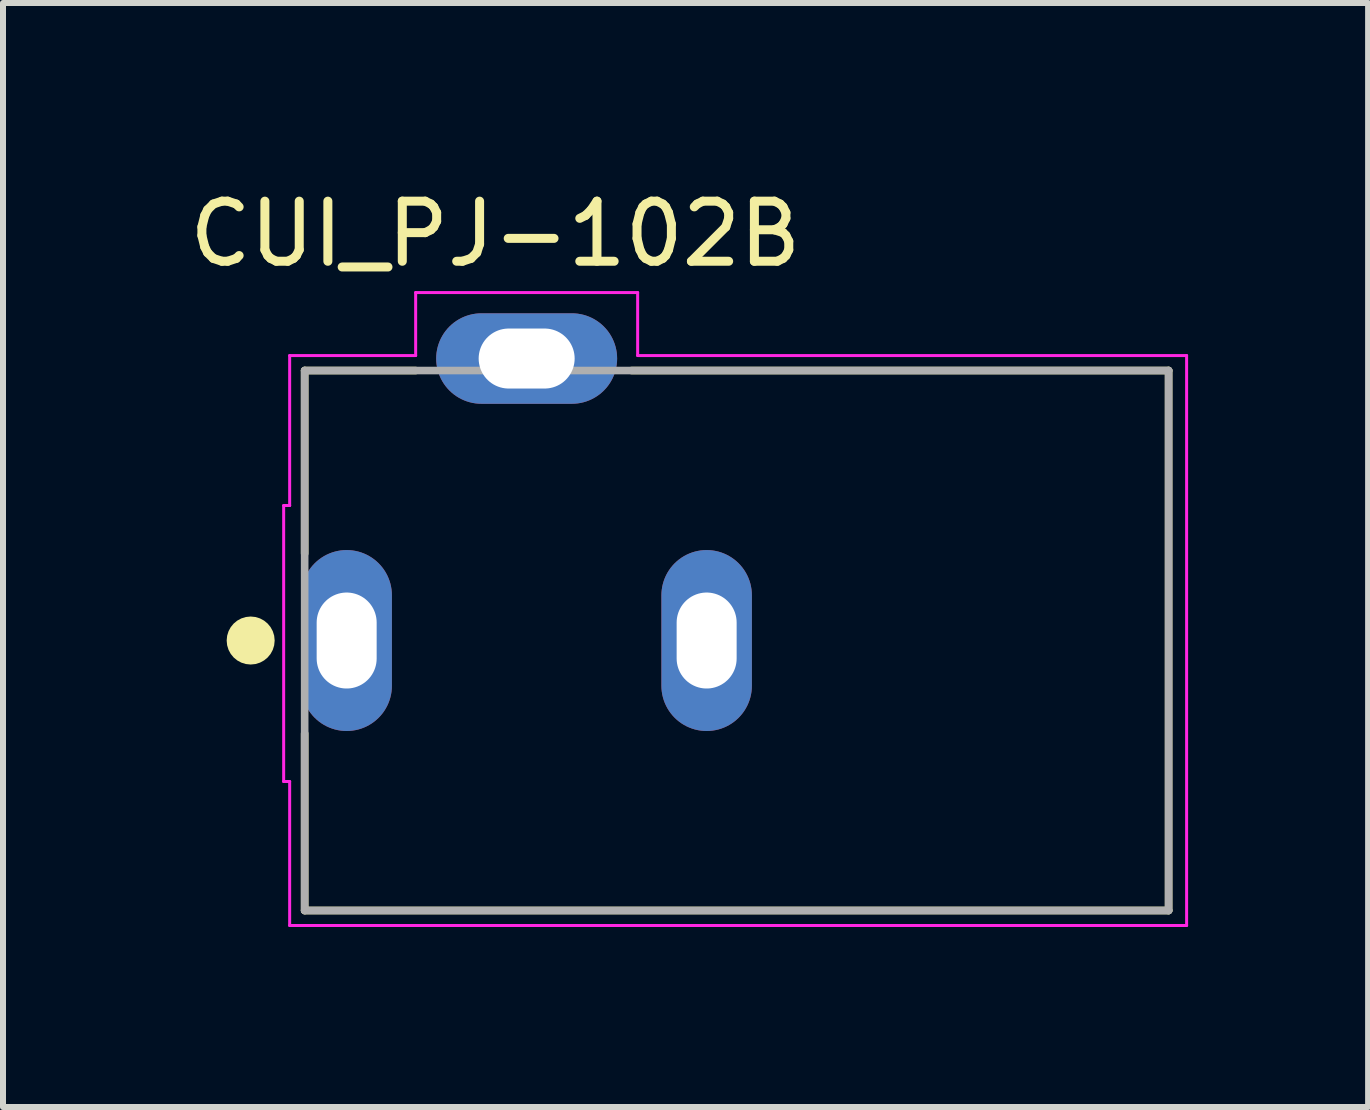
<source format=kicad_pcb>
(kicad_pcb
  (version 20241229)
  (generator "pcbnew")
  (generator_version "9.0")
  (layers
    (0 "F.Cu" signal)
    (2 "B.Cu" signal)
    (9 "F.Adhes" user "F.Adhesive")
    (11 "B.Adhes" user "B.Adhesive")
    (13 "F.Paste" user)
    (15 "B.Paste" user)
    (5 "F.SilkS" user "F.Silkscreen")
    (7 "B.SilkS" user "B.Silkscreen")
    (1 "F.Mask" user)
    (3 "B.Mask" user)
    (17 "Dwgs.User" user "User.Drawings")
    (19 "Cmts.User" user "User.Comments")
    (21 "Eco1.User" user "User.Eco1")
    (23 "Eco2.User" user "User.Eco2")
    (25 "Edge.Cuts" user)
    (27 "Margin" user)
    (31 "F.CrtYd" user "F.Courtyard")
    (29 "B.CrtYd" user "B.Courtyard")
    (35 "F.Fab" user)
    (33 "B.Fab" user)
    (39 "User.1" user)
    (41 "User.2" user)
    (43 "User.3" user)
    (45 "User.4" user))
  (footprint "CUI_PJ-102B"
    (layer "F.Cu")
    (at 9.228 7.626)
    (property "Reference" "CUI_PJ-102B" (at -4.022 -6.777 0) (layer "F.SilkS") (effects (font (size 1.002 1.002) (thickness 0.15))))
    (attr through_hole)
    (fp_line (start -7.2 -4.5) (end -5.35 -4.5) (stroke (width 0.127) (type solid)) (layer "F.SilkS"))
    (fp_line (start -7.2 -1.45) (end -7.2 -4.5) (stroke (width 0.127) (type solid)) (layer "F.SilkS"))
    (fp_line (start -7.2 4.5) (end -7.2 1.55) (stroke (width 0.127) (type solid)) (layer "F.SilkS"))
    (fp_line (start -1.75 -4.5) (end 7.2 -4.5) (stroke (width 0.127) (type solid)) (layer "F.SilkS"))
    (fp_line (start 7.2 -4.5) (end 7.2 4.5) (stroke (width 0.127) (type solid)) (layer "F.SilkS"))
    (fp_line (start 7.2 4.5) (end -7.2 4.5) (stroke (width 0.127) (type solid)) (layer "F.SilkS"))
    (fp_circle (center -8.1 0) (end -7.9 0) (stroke (width 0.4) (type solid)) (fill no) (layer "F.SilkS"))
    (fp_line (start -7.55 -2.25) (end -7.55 2.35) (stroke (width 0.05) (type solid)) (layer "F.CrtYd"))
    (fp_line (start -7.55 2.35) (end -7.45 2.35) (stroke (width 0.05) (type solid)) (layer "F.CrtYd"))
    (fp_line (start -7.45 -4.75) (end -5.35 -4.75) (stroke (width 0.05) (type solid)) (layer "F.CrtYd"))
    (fp_line (start -7.45 -2.25) (end -7.55 -2.25) (stroke (width 0.05) (type solid)) (layer "F.CrtYd"))
    (fp_line (start -7.45 -2.25) (end -7.45 -4.75) (stroke (width 0.05) (type solid)) (layer "F.CrtYd"))
    (fp_line (start -7.45 4.75) (end -7.45 2.35) (stroke (width 0.05) (type solid)) (layer "F.CrtYd"))
    (fp_line (start -5.35 -5.8) (end -1.65 -5.8) (stroke (width 0.05) (type solid)) (layer "F.CrtYd"))
    (fp_line (start -5.35 -4.75) (end -5.35 -5.8) (stroke (width 0.05) (type solid)) (layer "F.CrtYd"))
    (fp_line (start -1.65 -5.8) (end -1.65 -4.75) (stroke (width 0.05) (type solid)) (layer "F.CrtYd"))
    (fp_line (start -1.65 -4.75) (end 7.5 -4.75) (stroke (width 0.05) (type solid)) (layer "F.CrtYd"))
    (fp_line (start 7.5 -4.75) (end 7.5 4.75) (stroke (width 0.05) (type solid)) (layer "F.CrtYd"))
    (fp_line (start 7.5 4.75) (end -7.45 4.75) (stroke (width 0.05) (type solid)) (layer "F.CrtYd"))
    (fp_line (start -7.2 -4.5) (end 7.2 -4.5) (stroke (width 0.127) (type solid)) (layer "F.Fab"))
    (fp_line (start -7.2 4.5) (end -7.2 -4.5) (stroke (width 0.127) (type solid)) (layer "F.Fab"))
    (fp_line (start 7.2 -4.5) (end 7.2 4.5) (stroke (width 0.127) (type solid)) (layer "F.Fab"))
    (fp_line (start 7.2 4.5) (end -7.2 4.5) (stroke (width 0.127) (type solid)) (layer "F.Fab"))
    (pad "1" thru_hole oval (at -6.5 0) (size 1.508 3.016) (drill oval 1 1.6) (layers "*.Cu" "*.Mask"))
    (pad "2" thru_hole oval (at -0.5 0) (size 1.508 3.016) (drill oval 1 1.6) (layers "*.Cu" "*.Mask"))
    (pad "3" thru_hole oval (at -3.5 -4.7) (size 3.016 1.508) (drill oval 1.6 1) (layers "*.Cu" "*.Mask")))
  (gr_rect
    (start -3 -3)
    (end 19.753 15.401)
    (stroke (width 0.1) (type default))
    (fill no)
    (layer "Edge.Cuts")))
</source>
